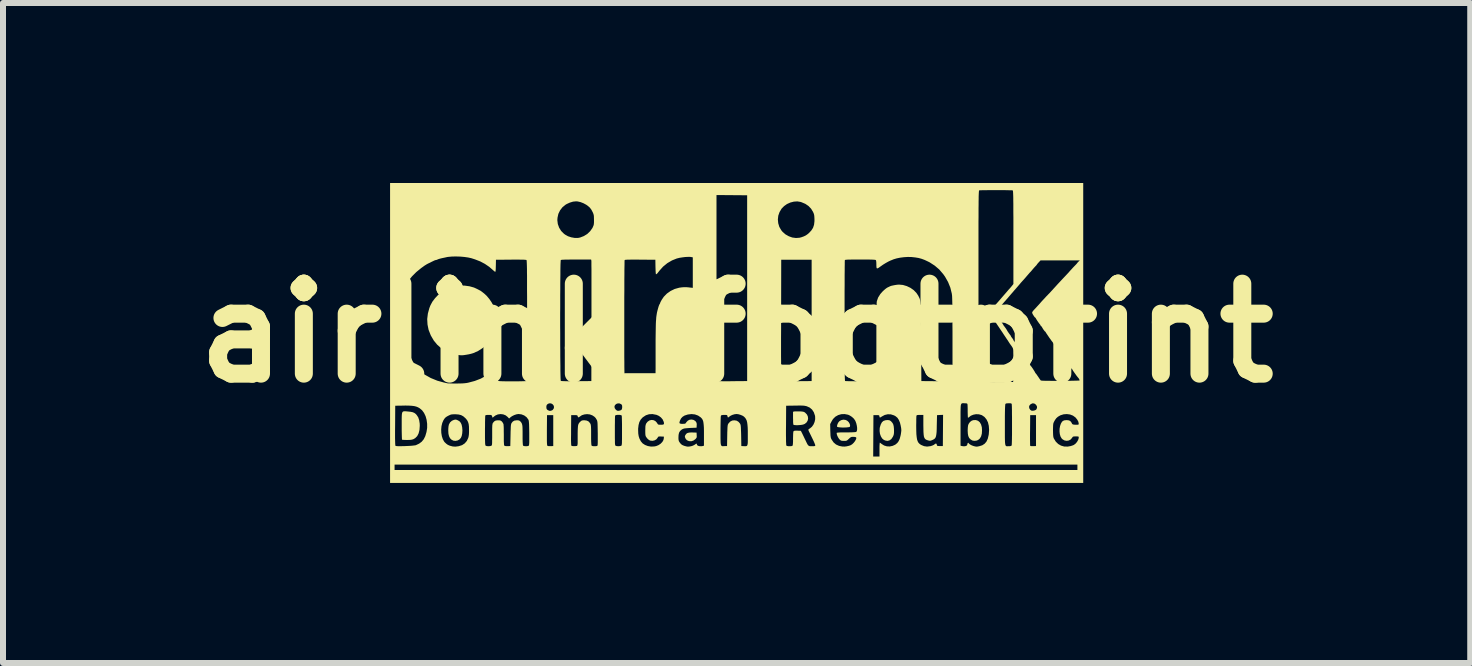
<source format=kicad_pcb>
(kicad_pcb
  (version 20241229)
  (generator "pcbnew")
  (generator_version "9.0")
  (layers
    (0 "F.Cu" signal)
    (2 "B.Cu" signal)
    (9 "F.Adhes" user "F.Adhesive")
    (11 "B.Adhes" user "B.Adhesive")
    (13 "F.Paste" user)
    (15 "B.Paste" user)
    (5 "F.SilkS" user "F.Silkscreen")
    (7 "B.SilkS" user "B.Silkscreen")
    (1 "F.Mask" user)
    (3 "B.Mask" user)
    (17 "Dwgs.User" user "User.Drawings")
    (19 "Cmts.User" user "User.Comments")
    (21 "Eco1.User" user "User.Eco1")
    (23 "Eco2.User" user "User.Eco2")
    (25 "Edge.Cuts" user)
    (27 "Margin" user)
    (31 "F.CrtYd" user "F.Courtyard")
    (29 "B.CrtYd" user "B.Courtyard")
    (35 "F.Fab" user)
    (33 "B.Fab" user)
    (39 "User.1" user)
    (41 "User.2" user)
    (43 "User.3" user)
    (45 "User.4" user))
  (footprint "airlink_footprint"
    (layer "F.Cu")
    (at 9.229 2.5)
    (property "Reference" "airlink_footprint" (at 0 0 0) (layer "F.SilkS") (effects (font (size 1.5 1.5) (thickness 0.3))))
    (attr board_only exclude_from_pos_files exclude_from_bom)
    (fp_poly (pts (xy -0.733 1.659) (xy -0.668 1.661) (xy -0.666 1.703) (xy -0.665 1.728) (xy -0.668 1.745) (xy -0.677 1.758) (xy -0.689 1.771) (xy -0.721 1.794) (xy -0.757 1.805) (xy -0.792 1.803) (xy -0.799 1.801) (xy -0.827 1.789) (xy -0.846 1.77) (xy -0.855 1.754) (xy -0.862 1.735) (xy -0.863 1.721) (xy -0.857 1.706) (xy -0.855 1.703) (xy -0.841 1.682) (xy -0.821 1.668) (xy -0.793 1.661) (xy -0.754 1.658)) (stroke (width 0) (type solid)) (fill yes) (layer "F.SilkS"))
    (fp_poly (pts (xy 1.816 1.45) (xy 1.816 1.45) (xy 1.843 1.463) (xy 1.866 1.484) (xy 1.882 1.51) (xy 1.891 1.536) (xy 1.889 1.559) (xy 1.887 1.563) (xy 1.877 1.569) (xy 1.855 1.572) (xy 1.826 1.575) (xy 1.792 1.576) (xy 1.757 1.576) (xy 1.725 1.574) (xy 1.698 1.571) (xy 1.68 1.567) (xy 1.674 1.563) (xy 1.674 1.545) (xy 1.681 1.52) (xy 1.693 1.495) (xy 1.709 1.475) (xy 1.709 1.474) (xy 1.741 1.454) (xy 1.778 1.445)) (stroke (width 0) (type solid)) (fill yes) (layer "F.SilkS"))
    (fp_poly (pts (xy 1.033 1.307) (xy 1.048 1.307) (xy 1.082 1.309) (xy 1.106 1.312) (xy 1.123 1.317) (xy 1.137 1.325) (xy 1.144 1.331) (xy 1.172 1.36) (xy 1.187 1.393) (xy 1.191 1.429) (xy 1.183 1.463) (xy 1.164 1.493) (xy 1.135 1.516) (xy 1.11 1.526) (xy 1.087 1.531) (xy 1.055 1.535) (xy 1.021 1.537) (xy 0.989 1.537) (xy 0.963 1.535) (xy 0.95 1.533) (xy 0.946 1.527) (xy 0.943 1.511) (xy 0.941 1.484) (xy 0.941 1.444) (xy 0.94 1.421) (xy 0.94 1.314) (xy 0.959 1.309) (xy 0.975 1.307) (xy 1.001 1.307)) (stroke (width 0) (type solid)) (fill yes) (layer "F.SilkS"))
    (fp_poly (pts (xy 4.024 1.464) (xy 4.053 1.489) (xy 4.074 1.525) (xy 4.087 1.572) (xy 4.09 1.622) (xy 4.087 1.678) (xy 4.075 1.723) (xy 4.055 1.758) (xy 4.026 1.783) (xy 4.023 1.785) (xy 3.996 1.795) (xy 3.964 1.798) (xy 3.934 1.794) (xy 3.921 1.788) (xy 3.893 1.77) (xy 3.874 1.747) (xy 3.861 1.718) (xy 3.854 1.681) (xy 3.851 1.632) (xy 3.851 1.625) (xy 3.853 1.579) (xy 3.857 1.544) (xy 3.866 1.517) (xy 3.881 1.495) (xy 3.898 1.477) (xy 3.919 1.462) (xy 3.943 1.454) (xy 3.945 1.453) (xy 3.988 1.452)) (stroke (width 0) (type solid)) (fill yes) (layer "F.SilkS"))
    (fp_poly (pts (xy -4.672 1.446) (xy -4.65 1.455) (xy -4.647 1.456) (xy -4.619 1.473) (xy -4.599 1.497) (xy -4.584 1.53) (xy -4.575 1.574) (xy -4.571 1.623) (xy -4.574 1.672) (xy -4.583 1.717) (xy -4.597 1.749) (xy -4.62 1.775) (xy -4.651 1.792) (xy -4.687 1.799) (xy -4.722 1.795) (xy -4.753 1.779) (xy -4.753 1.779) (xy -4.778 1.754) (xy -4.794 1.721) (xy -4.804 1.68) (xy -4.807 1.627) (xy -4.807 1.625) (xy -4.806 1.59) (xy -4.803 1.558) (xy -4.798 1.534) (xy -4.797 1.528) (xy -4.777 1.491) (xy -4.747 1.464) (xy -4.713 1.449) (xy -4.69 1.444)) (stroke (width 0) (type solid)) (fill yes) (layer "F.SilkS"))
    (fp_poly (pts (xy 2.536 1.453) (xy 2.553 1.458) (xy 2.568 1.468) (xy 2.575 1.474) (xy 2.596 1.498) (xy 2.61 1.523) (xy 2.618 1.555) (xy 2.622 1.596) (xy 2.623 1.62) (xy 2.623 1.655) (xy 2.621 1.68) (xy 2.617 1.7) (xy 2.609 1.72) (xy 2.603 1.732) (xy 2.579 1.768) (xy 2.549 1.79) (xy 2.515 1.799) (xy 2.478 1.793) (xy 2.453 1.782) (xy 2.425 1.758) (xy 2.404 1.723) (xy 2.389 1.681) (xy 2.383 1.634) (xy 2.385 1.586) (xy 2.388 1.57) (xy 2.403 1.523) (xy 2.422 1.488) (xy 2.447 1.466) (xy 2.48 1.455) (xy 2.509 1.452)) (stroke (width 0) (type solid)) (fill yes) (layer "F.SilkS"))
    (fp_poly (pts (xy -5.503 1.307) (xy -5.482 1.309) (xy -5.435 1.314) (xy -5.4 1.321) (xy -5.372 1.333) (xy -5.349 1.35) (xy -5.334 1.367) (xy -5.308 1.406) (xy -5.292 1.454) (xy -5.283 1.511) (xy -5.282 1.549) (xy -5.287 1.617) (xy -5.301 1.673) (xy -5.324 1.718) (xy -5.357 1.752) (xy -5.385 1.769) (xy -5.405 1.776) (xy -5.428 1.781) (xy -5.457 1.783) (xy -5.496 1.784) (xy -5.528 1.783) (xy -5.555 1.782) (xy -5.573 1.78) (xy -5.578 1.779) (xy -5.579 1.77) (xy -5.58 1.749) (xy -5.581 1.716) (xy -5.582 1.674) (xy -5.583 1.625) (xy -5.583 1.57) (xy -5.583 1.548) (xy -5.583 1.481) (xy -5.583 1.427) (xy -5.582 1.385) (xy -5.58 1.354) (xy -5.576 1.332) (xy -5.569 1.317) (xy -5.559 1.309) (xy -5.545 1.306) (xy -5.527 1.305)) (stroke (width 0) (type solid)) (fill yes) (layer "F.SilkS"))
    (fp_poly (pts (xy -4.533 -0.789) (xy -4.453 -0.778) (xy -4.378 -0.757) (xy -4.312 -0.726) (xy -4.294 -0.716) (xy -4.282 -0.71) (xy -4.28 -0.709) (xy -4.27 -0.704) (xy -4.253 -0.692) (xy -4.231 -0.675) (xy -4.207 -0.656) (xy -4.185 -0.636) (xy -4.167 -0.619) (xy -4.166 -0.618) (xy -4.125 -0.569) (xy -4.088 -0.516) (xy -4.058 -0.461) (xy -4.035 -0.409) (xy -4.029 -0.388) (xy -4.01 -0.289) (xy -4.005 -0.194) (xy -4.014 -0.103) (xy -4.039 -0.015) (xy -4.077 0.069) (xy -4.116 0.131) (xy -4.171 0.196) (xy -4.236 0.253) (xy -4.309 0.3) (xy -4.387 0.335) (xy -4.396 0.338) (xy -4.427 0.347) (xy -4.465 0.356) (xy -4.505 0.363) (xy -4.543 0.369) (xy -4.575 0.372) (xy -4.587 0.372) (xy -4.61 0.371) (xy -4.64 0.367) (xy -4.669 0.362) (xy -4.764 0.337) (xy -4.85 0.301) (xy -4.925 0.254) (xy -4.991 0.196) (xy -5.048 0.127) (xy -5.096 0.045) (xy -5.101 0.034) (xy -5.135 -0.052) (xy -5.153 -0.141) (xy -5.158 -0.232) (xy -5.147 -0.323) (xy -5.122 -0.415) (xy -5.103 -0.463) (xy -5.071 -0.522) (xy -5.026 -0.581) (xy -4.973 -0.637) (xy -4.913 -0.686) (xy -4.85 -0.726) (xy -4.847 -0.728) (xy -4.775 -0.759) (xy -4.697 -0.779) (xy -4.615 -0.789)) (stroke (width 0) (type solid)) (fill yes) (layer "F.SilkS"))
    (fp_poly (pts (xy 5.777 0) (xy 5.777 2.5) (xy 0 2.5) (xy -5.777 2.5) (xy -5.777 2.194) (xy -5.702 2.194) (xy -5.702 2.239) (xy -5.702 2.284) (xy -0.011 2.284) (xy 5.68 2.284) (xy 5.68 2.239) (xy 5.68 2.194) (xy -0.011 2.194) (xy -5.702 2.194) (xy -5.777 2.194) (xy -5.777 2.06) (xy 2.276 2.06) (xy 2.329 2.06) (xy 2.381 2.06) (xy 2.381 1.944) (xy 2.381 1.905) (xy 2.382 1.871) (xy 2.384 1.846) (xy 2.385 1.831) (xy 2.387 1.829) (xy 2.395 1.833) (xy 2.41 1.845) (xy 2.418 1.851) (xy 2.458 1.876) (xy 2.504 1.89) (xy 2.552 1.892) (xy 2.6 1.882) (xy 2.644 1.862) (xy 2.678 1.834) (xy 2.7 1.804) (xy 2.718 1.765) (xy 2.731 1.716) (xy 2.737 1.688) (xy 2.742 1.653) (xy 2.745 1.627) (xy 2.744 1.604) (xy 2.741 1.578) (xy 2.736 1.555) (xy 2.993 1.555) (xy 2.994 1.628) (xy 2.996 1.688) (xy 3.001 1.736) (xy 3.007 1.775) (xy 3.017 1.805) (xy 3.03 1.829) (xy 3.047 1.847) (xy 3.069 1.863) (xy 3.076 1.867) (xy 3.124 1.887) (xy 3.174 1.894) (xy 3.229 1.887) (xy 3.238 1.885) (xy 3.264 1.876) (xy 3.286 1.866) (xy 3.294 1.86) (xy 3.314 1.845) (xy 3.327 1.844) (xy 3.335 1.856) (xy 3.336 1.862) (xy 3.339 1.874) (xy 3.344 1.881) (xy 3.356 1.884) (xy 3.378 1.885) (xy 3.389 1.885) (xy 3.437 1.885) (xy 3.439 1.625) (xy 3.441 1.367) (xy 3.732 1.367) (xy 3.732 1.434) (xy 3.732 1.514) (xy 3.732 1.53) (xy 3.732 1.879) (xy 3.749 1.884) (xy 3.78 1.889) (xy 3.808 1.888) (xy 3.83 1.881) (xy 3.842 1.87) (xy 3.844 1.863) (xy 3.848 1.845) (xy 3.852 1.836) (xy 3.859 1.829) (xy 3.865 1.835) (xy 3.867 1.838) (xy 3.882 1.853) (xy 3.908 1.869) (xy 3.942 1.883) (xy 3.952 1.886) (xy 3.977 1.892) (xy 3.997 1.895) (xy 4.019 1.893) (xy 4.047 1.887) (xy 4.095 1.872) (xy 4.134 1.846) (xy 4.164 1.811) (xy 4.186 1.763) (xy 4.2 1.704) (xy 4.203 1.688) (xy 4.203 1.686) (xy 4.471 1.686) (xy 4.471 1.742) (xy 4.472 1.786) (xy 4.473 1.821) (xy 4.476 1.847) (xy 4.479 1.865) (xy 4.484 1.877) (xy 4.49 1.884) (xy 4.499 1.888) (xy 4.509 1.889) (xy 4.522 1.888) (xy 4.535 1.888) (xy 4.558 1.887) (xy 4.576 1.882) (xy 4.581 1.879) (xy 4.584 1.873) (xy 4.586 1.859) (xy 4.587 1.835) (xy 4.588 1.801) (xy 4.589 1.756) (xy 4.589 1.735) (xy 4.89 1.735) (xy 4.89 1.784) (xy 4.891 1.825) (xy 4.891 1.855) (xy 4.892 1.874) (xy 4.892 1.879) (xy 4.9 1.885) (xy 4.92 1.887) (xy 4.943 1.887) (xy 4.99 1.885) (xy 4.99 1.627) (xy 4.99 1.62) (xy 5.273 1.62) (xy 5.274 1.664) (xy 5.275 1.696) (xy 5.277 1.72) (xy 5.28 1.738) (xy 5.285 1.754) (xy 5.289 1.762) (xy 5.32 1.812) (xy 5.36 1.851) (xy 5.407 1.878) (xy 5.46 1.893) (xy 5.518 1.894) (xy 5.565 1.886) (xy 5.591 1.878) (xy 5.613 1.87) (xy 5.621 1.866) (xy 5.648 1.846) (xy 5.673 1.817) (xy 5.692 1.784) (xy 5.702 1.752) (xy 5.702 1.742) (xy 5.702 1.732) (xy 5.696 1.727) (xy 5.684 1.725) (xy 5.66 1.724) (xy 5.654 1.724) (xy 5.627 1.725) (xy 5.611 1.727) (xy 5.601 1.733) (xy 5.593 1.745) (xy 5.59 1.75) (xy 5.566 1.777) (xy 5.535 1.793) (xy 5.501 1.798) (xy 5.466 1.792) (xy 5.434 1.774) (xy 5.418 1.759) (xy 5.399 1.727) (xy 5.387 1.687) (xy 5.382 1.643) (xy 5.383 1.597) (xy 5.391 1.552) (xy 5.404 1.513) (xy 5.422 1.482) (xy 5.439 1.466) (xy 5.464 1.456) (xy 5.496 1.453) (xy 5.529 1.455) (xy 5.554 1.464) (xy 5.556 1.465) (xy 5.573 1.481) (xy 5.584 1.499) (xy 5.591 1.514) (xy 5.602 1.524) (xy 5.619 1.528) (xy 5.646 1.53) (xy 5.656 1.53) (xy 5.681 1.53) (xy 5.695 1.528) (xy 5.701 1.523) (xy 5.702 1.514) (xy 5.702 1.512) (xy 5.696 1.48) (xy 5.678 1.446) (xy 5.651 1.412) (xy 5.647 1.408) (xy 5.606 1.378) (xy 5.557 1.359) (xy 5.504 1.352) (xy 5.45 1.356) (xy 5.398 1.372) (xy 5.389 1.377) (xy 5.355 1.397) (xy 5.329 1.42) (xy 5.307 1.45) (xy 5.294 1.473) (xy 5.286 1.489) (xy 5.28 1.503) (xy 5.277 1.519) (xy 5.275 1.54) (xy 5.274 1.569) (xy 5.273 1.609) (xy 5.273 1.62) (xy 4.99 1.62) (xy 4.99 1.37) (xy 4.941 1.37) (xy 4.893 1.37) (xy 4.891 1.62) (xy 4.89 1.68) (xy 4.89 1.735) (xy 4.589 1.735) (xy 4.59 1.7) (xy 4.59 1.63) (xy 4.59 1.546) (xy 4.59 1.538) (xy 4.59 1.468) (xy 4.59 1.403) (xy 4.589 1.343) (xy 4.589 1.291) (xy 4.588 1.248) (xy 4.588 1.234) (xy 4.874 1.234) (xy 4.88 1.26) (xy 4.895 1.282) (xy 4.911 1.294) (xy 4.934 1.297) (xy 4.961 1.293) (xy 4.984 1.284) (xy 4.995 1.275) (xy 5.007 1.249) (xy 5.005 1.221) (xy 4.988 1.195) (xy 4.987 1.194) (xy 4.961 1.176) (xy 4.933 1.173) (xy 4.905 1.185) (xy 4.897 1.191) (xy 4.88 1.21) (xy 4.874 1.231) (xy 4.874 1.234) (xy 4.588 1.234) (xy 4.587 1.215) (xy 4.586 1.195) (xy 4.586 1.189) (xy 4.582 1.179) (xy 4.574 1.174) (xy 4.558 1.172) (xy 4.534 1.172) (xy 4.507 1.173) (xy 4.49 1.176) (xy 4.481 1.182) (xy 4.479 1.186) (xy 4.477 1.198) (xy 4.475 1.224) (xy 4.473 1.264) (xy 4.472 1.318) (xy 4.471 1.385) (xy 4.471 1.465) (xy 4.471 1.537) (xy 4.471 1.618) (xy 4.471 1.686) (xy 4.203 1.686) (xy 4.208 1.615) (xy 4.203 1.548) (xy 4.189 1.49) (xy 4.164 1.44) (xy 4.131 1.4) (xy 4.09 1.372) (xy 4.081 1.368) (xy 4.038 1.356) (xy 3.99 1.354) (xy 3.944 1.363) (xy 3.903 1.38) (xy 3.883 1.396) (xy 3.868 1.408) (xy 3.857 1.413) (xy 3.856 1.412) (xy 3.854 1.404) (xy 3.853 1.383) (xy 3.852 1.353) (xy 3.851 1.316) (xy 3.851 1.302) (xy 3.851 1.263) (xy 3.85 1.228) (xy 3.849 1.202) (xy 3.847 1.186) (xy 3.847 1.184) (xy 3.84 1.176) (xy 3.824 1.173) (xy 3.799 1.172) (xy 3.784 1.171) (xy 3.771 1.171) (xy 3.76 1.172) (xy 3.752 1.175) (xy 3.745 1.182) (xy 3.74 1.193) (xy 3.736 1.211) (xy 3.734 1.236) (xy 3.733 1.27) (xy 3.732 1.313) (xy 3.732 1.367) (xy 3.441 1.367) (xy 3.441 1.365) (xy 3.391 1.367) (xy 3.34 1.37) (xy 3.336 1.538) (xy 3.335 1.6) (xy 3.333 1.65) (xy 3.329 1.688) (xy 3.324 1.717) (xy 3.317 1.739) (xy 3.308 1.754) (xy 3.295 1.767) (xy 3.278 1.777) (xy 3.266 1.783) (xy 3.242 1.793) (xy 3.225 1.797) (xy 3.207 1.795) (xy 3.195 1.792) (xy 3.172 1.785) (xy 3.153 1.776) (xy 3.139 1.764) (xy 3.129 1.747) (xy 3.121 1.723) (xy 3.117 1.691) (xy 3.114 1.649) (xy 3.113 1.595) (xy 3.112 1.538) (xy 3.112 1.366) (xy 3.057 1.366) (xy 3.027 1.367) (xy 3.009 1.369) (xy 3 1.374) (xy 2.998 1.378) (xy 2.996 1.388) (xy 2.995 1.412) (xy 2.994 1.445) (xy 2.994 1.487) (xy 2.993 1.534) (xy 2.993 1.555) (xy 2.736 1.555) (xy 2.736 1.551) (xy 2.722 1.494) (xy 2.703 1.449) (xy 2.68 1.414) (xy 2.649 1.388) (xy 2.624 1.374) (xy 2.571 1.357) (xy 2.519 1.355) (xy 2.468 1.367) (xy 2.421 1.392) (xy 2.4 1.406) (xy 2.388 1.409) (xy 2.382 1.404) (xy 2.38 1.39) (xy 2.378 1.379) (xy 2.372 1.373) (xy 2.36 1.37) (xy 2.338 1.37) (xy 2.329 1.37) (xy 2.28 1.37) (xy 2.278 1.715) (xy 2.276 2.06) (xy -5.777 2.06) (xy -5.777 1.696) (xy -5.694 1.696) (xy -5.694 1.752) (xy -5.693 1.797) (xy -5.692 1.831) (xy -5.691 1.855) (xy -5.689 1.871) (xy -5.687 1.88) (xy -5.686 1.883) (xy -5.674 1.885) (xy -5.65 1.887) (xy -5.617 1.888) (xy -5.577 1.887) (xy -5.534 1.886) (xy -5.489 1.884) (xy -5.445 1.882) (xy -5.406 1.879) (xy -5.374 1.875) (xy -5.352 1.872) (xy -5.346 1.87) (xy -5.293 1.845) (xy -5.25 1.813) (xy -5.216 1.772) (xy -5.19 1.72) (xy -5.171 1.655) (xy -5.17 1.652) (xy -5.163 1.609) (xy -4.925 1.609) (xy -4.923 1.666) (xy -4.914 1.721) (xy -4.898 1.77) (xy -4.876 1.81) (xy -4.865 1.823) (xy -4.838 1.848) (xy -4.814 1.865) (xy -4.787 1.877) (xy -4.775 1.881) (xy -4.733 1.892) (xy -4.69 1.895) (xy -4.641 1.889) (xy -4.631 1.887) (xy -4.577 1.87) (xy -4.533 1.841) (xy -4.498 1.801) (xy -4.474 1.75) (xy -4.473 1.747) (xy -4.467 1.722) (xy -4.463 1.693) (xy -4.461 1.656) (xy -4.461 1.631) (xy -4.195 1.631) (xy -4.195 1.698) (xy -4.195 1.751) (xy -4.194 1.793) (xy -4.193 1.824) (xy -4.192 1.847) (xy -4.19 1.862) (xy -4.188 1.872) (xy -4.185 1.877) (xy -4.182 1.88) (xy -4.182 1.88) (xy -4.163 1.886) (xy -4.137 1.888) (xy -4.11 1.886) (xy -4.09 1.881) (xy -4.09 1.881) (xy -4.085 1.877) (xy -4.082 1.872) (xy -4.079 1.863) (xy -4.077 1.848) (xy -4.076 1.825) (xy -4.076 1.793) (xy -4.075 1.75) (xy -4.075 1.696) (xy -4.075 1.639) (xy -4.075 1.595) (xy -4.074 1.562) (xy -4.073 1.538) (xy -4.07 1.521) (xy -4.068 1.51) (xy -4.064 1.502) (xy -4.063 1.5) (xy -4.042 1.475) (xy -4.021 1.462) (xy -3.992 1.456) (xy -3.977 1.456) (xy -3.951 1.457) (xy -3.934 1.461) (xy -3.919 1.471) (xy -3.913 1.477) (xy -3.897 1.498) (xy -3.887 1.519) (xy -3.886 1.523) (xy -3.885 1.538) (xy -3.883 1.564) (xy -3.882 1.601) (xy -3.882 1.644) (xy -3.881 1.693) (xy -3.881 1.709) (xy -3.881 1.765) (xy -3.881 1.807) (xy -3.879 1.838) (xy -3.878 1.859) (xy -3.875 1.872) (xy -3.872 1.879) (xy -3.871 1.88) (xy -3.857 1.885) (xy -3.833 1.887) (xy -3.817 1.887) (xy -3.773 1.885) (xy -3.769 1.706) (xy -3.768 1.647) (xy -3.766 1.602) (xy -3.765 1.567) (xy -3.763 1.542) (xy -3.76 1.524) (xy -3.756 1.511) (xy -3.753 1.503) (xy -3.732 1.477) (xy -3.705 1.461) (xy -3.669 1.456) (xy -3.663 1.455) (xy -3.637 1.457) (xy -3.621 1.462) (xy -3.607 1.473) (xy -3.604 1.476) (xy -3.593 1.489) (xy -3.584 1.503) (xy -3.578 1.518) (xy -3.573 1.538) (xy -3.57 1.564) (xy -3.569 1.599) (xy -3.568 1.644) (xy -3.568 1.702) (xy -3.568 1.704) (xy -3.568 1.765) (xy -3.567 1.811) (xy -3.565 1.845) (xy -3.563 1.867) (xy -3.56 1.878) (xy -3.559 1.879) (xy -3.545 1.885) (xy -3.523 1.888) (xy -3.498 1.888) (xy -3.476 1.884) (xy -3.464 1.878) (xy -3.461 1.87) (xy -3.459 1.853) (xy -3.457 1.826) (xy -3.457 1.787) (xy -3.457 1.737) (xy -3.457 1.693) (xy -3.163 1.693) (xy -3.163 1.753) (xy -3.163 1.8) (xy -3.162 1.835) (xy -3.16 1.86) (xy -3.158 1.874) (xy -3.156 1.879) (xy -3.144 1.885) (xy -3.122 1.887) (xy -3.102 1.887) (xy -3.057 1.885) (xy -3.057 1.748) (xy -2.761 1.748) (xy -2.761 1.792) (xy -2.76 1.824) (xy -2.759 1.848) (xy -2.758 1.864) (xy -2.756 1.874) (xy -2.754 1.88) (xy -2.75 1.883) (xy -2.749 1.883) (xy -2.724 1.887) (xy -2.695 1.887) (xy -2.67 1.884) (xy -2.667 1.884) (xy -2.661 1.882) (xy -2.657 1.878) (xy -2.654 1.871) (xy -2.652 1.858) (xy -2.65 1.838) (xy -2.65 1.808) (xy -2.65 1.766) (xy -2.65 1.732) (xy -2.65 1.67) (xy -2.649 1.621) (xy -2.647 1.583) (xy -2.645 1.554) (xy -2.641 1.532) (xy -2.635 1.516) (xy -2.627 1.502) (xy -2.617 1.49) (xy -2.611 1.484) (xy -2.593 1.467) (xy -2.578 1.459) (xy -2.558 1.456) (xy -2.541 1.455) (xy -2.501 1.46) (xy -2.471 1.473) (xy -2.448 1.498) (xy -2.441 1.508) (xy -2.436 1.518) (xy -2.432 1.529) (xy -2.43 1.543) (xy -2.428 1.561) (xy -2.427 1.587) (xy -2.426 1.623) (xy -2.426 1.67) (xy -2.426 1.703) (xy -2.426 1.764) (xy -2.425 1.81) (xy -2.423 1.844) (xy -2.421 1.866) (xy -2.418 1.878) (xy -2.417 1.879) (xy -2.404 1.885) (xy -2.383 1.888) (xy -2.358 1.888) (xy -2.336 1.886) (xy -2.323 1.882) (xy -2.32 1.877) (xy -2.317 1.866) (xy -2.316 1.847) (xy -2.315 1.819) (xy -2.315 1.78) (xy -2.315 1.729) (xy -2.315 1.675) (xy -2.316 1.631) (xy -2.03 1.631) (xy -2.03 1.698) (xy -2.03 1.751) (xy -2.029 1.793) (xy -2.029 1.824) (xy -2.028 1.847) (xy -2.026 1.862) (xy -2.024 1.872) (xy -2.021 1.877) (xy -2.017 1.88) (xy -2.017 1.88) (xy -1.998 1.886) (xy -1.972 1.888) (xy -1.946 1.886) (xy -1.926 1.881) (xy -1.925 1.881) (xy -1.921 1.878) (xy -1.918 1.873) (xy -1.916 1.866) (xy -1.914 1.853) (xy -1.912 1.834) (xy -1.912 1.806) (xy -1.911 1.769) (xy -1.911 1.721) (xy -1.911 1.661) (xy -1.911 1.631) (xy -1.911 1.622) (xy -1.642 1.622) (xy -1.64 1.677) (xy -1.633 1.721) (xy -1.62 1.761) (xy -1.6 1.8) (xy -1.596 1.807) (xy -1.567 1.841) (xy -1.527 1.867) (xy -1.48 1.885) (xy -1.428 1.894) (xy -1.375 1.892) (xy -1.343 1.886) (xy -1.303 1.87) (xy -1.267 1.846) (xy -1.238 1.816) (xy -1.22 1.784) (xy -1.214 1.755) (xy -1.213 1.737) (xy -0.97 1.737) (xy -0.97 1.768) (xy -0.967 1.789) (xy -0.962 1.805) (xy -0.952 1.822) (xy -0.948 1.827) (xy -0.929 1.851) (xy -0.908 1.867) (xy -0.881 1.879) (xy -0.862 1.885) (xy -0.826 1.894) (xy -0.793 1.894) (xy -0.755 1.887) (xy -0.728 1.878) (xy -0.703 1.865) (xy -0.697 1.861) (xy -0.678 1.848) (xy -0.668 1.844) (xy -0.665 1.849) (xy -0.664 1.854) (xy -0.658 1.871) (xy -0.64 1.882) (xy -0.613 1.888) (xy -0.582 1.888) (xy -0.562 1.884) (xy -0.545 1.879) (xy -0.545 1.703) (xy -0.545 1.698) (xy -0.269 1.698) (xy -0.269 1.754) (xy -0.268 1.798) (xy -0.267 1.831) (xy -0.264 1.855) (xy -0.259 1.871) (xy -0.253 1.881) (xy -0.244 1.886) (xy -0.233 1.888) (xy -0.218 1.887) (xy -0.202 1.886) (xy -0.16 1.885) (xy -0.157 1.709) (xy -0.156 1.654) (xy -0.154 1.611) (xy -0.153 1.579) (xy -0.151 1.555) (xy -0.149 1.539) (xy -0.146 1.527) (xy -0.141 1.517) (xy -0.136 1.508) (xy -0.135 1.507) (xy -0.107 1.477) (xy -0.074 1.46) (xy -0.039 1.456) (xy -0.00008 1.462) (xy 0.031 1.481) (xy 0.055 1.509) (xy 0.06 1.518) (xy 0.064 1.528) (xy 0.067 1.541) (xy 0.069 1.559) (xy 0.071 1.585) (xy 0.072 1.62) (xy 0.074 1.666) (xy 0.075 1.709) (xy 0.078 1.885) (xy 0.117 1.887) (xy 0.139 1.888) (xy 0.155 1.888) (xy 0.167 1.884) (xy 0.176 1.876) (xy 0.181 1.861) (xy 0.185 1.838) (xy 0.186 1.805) (xy 0.186 1.761) (xy 0.186 1.703) (xy 0.186 1.699) (xy 0.822 1.699) (xy 0.823 1.759) (xy 0.823 1.805) (xy 0.825 1.839) (xy 0.826 1.863) (xy 0.828 1.875) (xy 0.829 1.878) (xy 0.842 1.884) (xy 0.864 1.888) (xy 0.889 1.888) (xy 0.913 1.886) (xy 0.929 1.881) (xy 0.932 1.879) (xy 0.935 1.869) (xy 0.938 1.846) (xy 0.94 1.809) (xy 0.94 1.759) (xy 0.94 1.757) (xy 0.941 1.711) (xy 0.942 1.678) (xy 0.944 1.655) (xy 0.947 1.642) (xy 0.951 1.635) (xy 0.965 1.63) (xy 0.991 1.628) (xy 1.016 1.629) (xy 1.07 1.631) (xy 1.091 1.672) (xy 1.103 1.697) (xy 1.119 1.73) (xy 1.136 1.766) (xy 1.147 1.788) (xy 1.165 1.826) (xy 1.179 1.854) (xy 1.191 1.871) (xy 1.204 1.882) (xy 1.218 1.887) (xy 1.238 1.888) (xy 1.255 1.888) (xy 1.284 1.888) (xy 1.302 1.885) (xy 1.31 1.879) (xy 1.311 1.877) (xy 1.309 1.866) (xy 1.301 1.844) (xy 1.288 1.813) (xy 1.27 1.775) (xy 1.255 1.744) (xy 1.236 1.705) (xy 1.219 1.67) (xy 1.205 1.642) (xy 1.197 1.622) (xy 1.194 1.614) (xy 1.2 1.606) (xy 1.215 1.594) (xy 1.223 1.59) (xy 1.254 1.564) (xy 1.28 1.528) (xy 1.284 1.519) (xy 1.559 1.519) (xy 1.561 1.631) (xy 1.563 1.675) (xy 1.564 1.707) (xy 1.567 1.73) (xy 1.57 1.747) (xy 1.575 1.761) (xy 1.583 1.776) (xy 1.584 1.778) (xy 1.616 1.825) (xy 1.656 1.859) (xy 1.704 1.881) (xy 1.72 1.885) (xy 1.762 1.893) (xy 1.799 1.894) (xy 1.839 1.889) (xy 1.845 1.887) (xy 1.872 1.881) (xy 1.895 1.873) (xy 1.904 1.869) (xy 1.927 1.854) (xy 1.95 1.832) (xy 1.97 1.807) (xy 1.985 1.782) (xy 1.994 1.76) (xy 1.993 1.744) (xy 1.992 1.741) (xy 1.979 1.735) (xy 1.957 1.732) (xy 1.944 1.732) (xy 1.921 1.732) (xy 1.905 1.737) (xy 1.89 1.747) (xy 1.87 1.765) (xy 1.851 1.783) (xy 1.837 1.793) (xy 1.821 1.798) (xy 1.797 1.799) (xy 1.788 1.799) (xy 1.761 1.798) (xy 1.743 1.795) (xy 1.73 1.788) (xy 1.714 1.774) (xy 1.714 1.773) (xy 1.699 1.754) (xy 1.685 1.729) (xy 1.674 1.704) (xy 1.668 1.681) (xy 1.668 1.665) (xy 1.669 1.664) (xy 1.677 1.662) (xy 1.698 1.66) (xy 1.729 1.658) (xy 1.769 1.657) (xy 1.814 1.657) (xy 1.826 1.657) (xy 1.879 1.657) (xy 1.924 1.656) (xy 1.959 1.654) (xy 1.983 1.652) (xy 1.993 1.649) (xy 2.003 1.636) (xy 2.008 1.612) (xy 2.008 1.58) (xy 2.003 1.544) (xy 1.994 1.506) (xy 1.98 1.469) (xy 1.974 1.458) (xy 1.954 1.429) (xy 1.923 1.4) (xy 1.888 1.377) (xy 1.858 1.363) (xy 1.8 1.352) (xy 1.744 1.354) (xy 1.692 1.369) (xy 1.645 1.396) (xy 1.606 1.435) (xy 1.584 1.471) (xy 1.559 1.519) (xy 1.284 1.519) (xy 1.299 1.484) (xy 1.309 1.438) (xy 1.308 1.392) (xy 1.305 1.376) (xy 1.286 1.321) (xy 1.257 1.277) (xy 1.218 1.244) (xy 1.169 1.222) (xy 1.166 1.221) (xy 1.148 1.217) (xy 1.129 1.213) (xy 1.104 1.211) (xy 1.072 1.21) (xy 1.031 1.21) (xy 0.977 1.211) (xy 0.974 1.211) (xy 0.825 1.213) (xy 0.823 1.54) (xy 0.822 1.627) (xy 0.822 1.699) (xy 0.186 1.699) (xy 0.186 1.632) (xy 0.184 1.574) (xy 0.18 1.527) (xy 0.175 1.49) (xy 0.167 1.46) (xy 0.156 1.436) (xy 0.142 1.415) (xy 0.124 1.397) (xy 0.124 1.396) (xy 0.1 1.38) (xy 0.067 1.366) (xy 0.031 1.355) (xy -0.001 1.351) (xy -0.001 1.351) (xy -0.035 1.355) (xy -0.072 1.366) (xy -0.103 1.381) (xy -0.12 1.393) (xy -0.136 1.406) (xy -0.145 1.409) (xy -0.15 1.399) (xy -0.153 1.388) (xy -0.156 1.376) (xy -0.162 1.369) (xy -0.175 1.367) (xy -0.197 1.366) (xy -0.204 1.366) (xy -0.231 1.367) (xy -0.251 1.371) (xy -0.26 1.375) (xy -0.262 1.382) (xy -0.265 1.398) (xy -0.266 1.424) (xy -0.267 1.461) (xy -0.268 1.51) (xy -0.269 1.572) (xy -0.269 1.628) (xy -0.269 1.698) (xy -0.545 1.698) (xy -0.545 1.634) (xy -0.546 1.578) (xy -0.549 1.534) (xy -0.553 1.499) (xy -0.558 1.471) (xy -0.566 1.45) (xy -0.576 1.432) (xy -0.589 1.417) (xy -0.599 1.407) (xy -0.643 1.377) (xy -0.695 1.358) (xy -0.752 1.352) (xy -0.812 1.359) (xy -0.823 1.362) (xy -0.869 1.377) (xy -0.902 1.398) (xy -0.927 1.425) (xy -0.945 1.461) (xy -0.953 1.487) (xy -0.953 1.503) (xy -0.941 1.511) (xy -0.918 1.515) (xy -0.902 1.515) (xy -0.876 1.514) (xy -0.86 1.512) (xy -0.85 1.505) (xy -0.84 1.491) (xy -0.837 1.486) (xy -0.813 1.461) (xy -0.783 1.446) (xy -0.75 1.443) (xy -0.717 1.45) (xy -0.689 1.468) (xy -0.68 1.479) (xy -0.669 1.497) (xy -0.665 1.519) (xy -0.666 1.54) (xy -0.668 1.579) (xy -0.765 1.583) (xy -0.812 1.586) (xy -0.846 1.589) (xy -0.871 1.592) (xy -0.891 1.598) (xy -0.906 1.605) (xy -0.919 1.613) (xy -0.944 1.636) (xy -0.96 1.663) (xy -0.968 1.699) (xy -0.97 1.737) (xy -1.213 1.737) (xy -1.213 1.728) (xy -1.259 1.726) (xy -1.285 1.725) (xy -1.3 1.727) (xy -1.309 1.732) (xy -1.316 1.744) (xy -1.317 1.747) (xy -1.339 1.774) (xy -1.37 1.791) (xy -1.404 1.798) (xy -1.44 1.794) (xy -1.456 1.787) (xy -1.474 1.774) (xy -1.493 1.755) (xy -1.5 1.745) (xy -1.51 1.732) (xy -1.516 1.719) (xy -1.52 1.705) (xy -1.522 1.685) (xy -1.523 1.657) (xy -1.523 1.626) (xy -1.522 1.585) (xy -1.521 1.556) (xy -1.517 1.535) (xy -1.512 1.519) (xy -1.509 1.511) (xy -1.485 1.48) (xy -1.455 1.459) (xy -1.422 1.45) (xy -1.388 1.453) (xy -1.357 1.467) (xy -1.332 1.493) (xy -1.326 1.501) (xy -1.317 1.517) (xy -1.308 1.526) (xy -1.294 1.529) (xy -1.272 1.53) (xy -1.263 1.53) (xy -1.234 1.529) (xy -1.217 1.524) (xy -1.211 1.512) (xy -1.213 1.491) (xy -1.217 1.478) (xy -1.233 1.442) (xy -1.261 1.409) (xy -1.297 1.382) (xy -1.338 1.364) (xy -1.34 1.364) (xy -1.403 1.352) (xy -1.461 1.355) (xy -1.513 1.372) (xy -1.56 1.403) (xy -1.569 1.41) (xy -1.6 1.445) (xy -1.622 1.486) (xy -1.635 1.535) (xy -1.642 1.594) (xy -1.642 1.622) (xy -1.911 1.622) (xy -1.911 1.572) (xy -1.911 1.518) (xy -1.912 1.469) (xy -1.913 1.43) (xy -1.914 1.4) (xy -1.915 1.382) (xy -1.915 1.378) (xy -1.925 1.371) (xy -1.945 1.366) (xy -1.969 1.365) (xy -1.994 1.366) (xy -2.014 1.37) (xy -2.025 1.377) (xy -2.026 1.378) (xy -2.027 1.388) (xy -2.028 1.411) (xy -2.029 1.445) (xy -2.029 1.489) (xy -2.03 1.54) (xy -2.03 1.597) (xy -2.03 1.631) (xy -2.316 1.631) (xy -2.316 1.615) (xy -2.317 1.567) (xy -2.318 1.531) (xy -2.319 1.504) (xy -2.321 1.484) (xy -2.324 1.469) (xy -2.327 1.458) (xy -2.332 1.448) (xy -2.334 1.444) (xy -2.35 1.418) (xy -2.369 1.398) (xy -2.395 1.38) (xy -2.407 1.373) (xy -2.447 1.358) (xy -2.493 1.353) (xy -2.538 1.358) (xy -2.58 1.371) (xy -2.614 1.394) (xy -2.631 1.406) (xy -2.643 1.405) (xy -2.65 1.389) (xy -2.651 1.385) (xy -2.654 1.377) (xy -2.662 1.372) (xy -2.678 1.37) (xy -2.705 1.37) (xy -2.706 1.37) (xy -2.758 1.37) (xy -2.76 1.625) (xy -2.76 1.693) (xy -2.761 1.748) (xy -3.057 1.748) (xy -3.057 1.627) (xy -3.057 1.37) (xy -3.109 1.37) (xy -3.161 1.37) (xy -3.163 1.619) (xy -3.163 1.693) (xy -3.457 1.693) (xy -3.457 1.672) (xy -3.457 1.667) (xy -3.458 1.606) (xy -3.459 1.558) (xy -3.46 1.522) (xy -3.462 1.494) (xy -3.464 1.474) (xy -3.466 1.46) (xy -3.47 1.449) (xy -3.474 1.441) (xy -3.502 1.404) (xy -3.541 1.375) (xy -3.587 1.357) (xy -3.636 1.351) (xy -3.67 1.356) (xy -3.708 1.369) (xy -3.744 1.387) (xy -3.768 1.404) (xy -3.793 1.426) (xy -3.817 1.4) (xy -3.851 1.373) (xy -3.892 1.357) (xy -3.936 1.352) (xy -3.981 1.358) (xy -4.022 1.376) (xy -4.047 1.395) (xy -4.068 1.413) (xy -4.076 1.39) (xy -4.081 1.377) (xy -4.088 1.37) (xy -4.099 1.367) (xy -4.121 1.366) (xy -4.135 1.366) (xy -4.164 1.367) (xy -4.181 1.37) (xy -4.189 1.375) (xy -4.19 1.378) (xy -4.191 1.388) (xy -4.192 1.411) (xy -4.193 1.445) (xy -4.194 1.489) (xy -4.194 1.54) (xy -4.195 1.597) (xy -4.195 1.631) (xy -4.461 1.631) (xy -4.461 1.612) (xy -4.462 1.56) (xy -4.467 1.518) (xy -4.477 1.485) (xy -4.491 1.457) (xy -4.512 1.43) (xy -4.524 1.418) (xy -4.557 1.389) (xy -4.594 1.369) (xy -4.636 1.359) (xy -4.688 1.355) (xy -4.691 1.355) (xy -4.726 1.356) (xy -4.751 1.358) (xy -4.771 1.363) (xy -4.792 1.373) (xy -4.799 1.376) (xy -4.831 1.393) (xy -4.853 1.409) (xy -4.87 1.428) (xy -4.886 1.453) (xy -4.887 1.454) (xy -4.907 1.5) (xy -4.92 1.553) (xy -4.925 1.609) (xy -5.163 1.609) (xy -5.159 1.582) (xy -5.159 1.514) (xy -5.168 1.448) (xy -5.185 1.387) (xy -5.211 1.333) (xy -5.244 1.288) (xy -5.284 1.255) (xy -5.312 1.239) (xy -5.322 1.235) (xy -3.172 1.235) (xy -3.17 1.259) (xy -3.162 1.274) (xy -3.153 1.283) (xy -3.125 1.297) (xy -3.096 1.297) (xy -3.07 1.286) (xy -3.064 1.28) (xy -3.048 1.257) (xy -3.044 1.232) (xy -3.046 1.228) (xy -2.037 1.228) (xy -2.032 1.254) (xy -2.015 1.278) (xy -1.998 1.292) (xy -1.983 1.298) (xy -1.962 1.297) (xy -1.939 1.291) (xy -1.922 1.283) (xy -1.92 1.281) (xy -1.912 1.266) (xy -1.908 1.242) (xy -1.908 1.235) (xy -1.909 1.212) (xy -1.915 1.197) (xy -1.926 1.187) (xy -1.954 1.174) (xy -1.985 1.175) (xy -2.008 1.184) (xy -2.029 1.204) (xy -2.037 1.228) (xy -3.046 1.228) (xy -3.051 1.209) (xy -3.066 1.19) (xy -3.087 1.177) (xy -3.112 1.172) (xy -3.138 1.178) (xy -3.153 1.187) (xy -3.166 1.201) (xy -3.171 1.219) (xy -3.172 1.235) (xy -5.322 1.235) (xy -5.342 1.227) (xy -5.375 1.219) (xy -5.415 1.214) (xy -5.464 1.211) (xy -5.524 1.21) (xy -5.553 1.211) (xy -5.691 1.213) (xy -5.693 1.545) (xy -5.694 1.627) (xy -5.694 1.696) (xy -5.777 1.696) (xy -5.777 0) (xy -5.777 -0.212) (xy -5.687 -0.212) (xy -5.685 -0.16) (xy -5.679 -0.101) (xy -5.671 -0.037) (xy -5.66 0.025) (xy -5.648 0.082) (xy -5.635 0.129) (xy -5.632 0.138) (xy -5.584 0.254) (xy -5.525 0.363) (xy -5.456 0.463) (xy -5.39 0.539) (xy -5.301 0.621) (xy -5.204 0.692) (xy -5.099 0.751) (xy -4.989 0.796) (xy -4.873 0.828) (xy -4.87 0.828) (xy -4.845 0.834) (xy -4.826 0.838) (xy -4.818 0.84) (xy -4.808 0.841) (xy -4.787 0.841) (xy -4.755 0.842) (xy -4.716 0.843) (xy -4.676 0.843) (xy -4.618 0.842) (xy -4.572 0.841) (xy -4.534 0.838) (xy -4.501 0.834) (xy -4.475 0.829) (xy -4.365 0.8) (xy -4.264 0.761) (xy -4.173 0.71) (xy -4.09 0.647) (xy -4.047 0.608) (xy -4.026 0.588) (xy -4.01 0.573) (xy -4 0.566) (xy -3.998 0.566) (xy -3.996 0.575) (xy -3.995 0.596) (xy -3.993 0.626) (xy -3.99 0.663) (xy -3.99 0.679) (xy -3.987 0.718) (xy -3.984 0.753) (xy -3.981 0.779) (xy -3.978 0.794) (xy -3.977 0.797) (xy -3.971 0.8) (xy -3.957 0.802) (xy -3.934 0.804) (xy -3.901 0.805) (xy -3.857 0.806) (xy -3.8 0.806) (xy -3.743 0.806) (xy -3.686 0.806) (xy -3.633 0.806) (xy -3.587 0.805) (xy -3.549 0.804) (xy -3.522 0.803) (xy -3.507 0.802) (xy -3.505 0.802) (xy -3.503 0.8) (xy -3.502 0.796) (xy -3.5 0.789) (xy -3.499 0.778) (xy -3.498 0.762) (xy -3.497 0.741) (xy -3.496 0.714) (xy -3.496 0.68) (xy -3.495 0.638) (xy -3.495 0.588) (xy -3.494 0.53) (xy -3.494 0.461) (xy -3.494 0.382) (xy -3.493 0.292) (xy -3.493 0.189) (xy -3.493 0.074) (xy -3.493 -0.054) (xy -3.493 -0.196) (xy -3.493 -0.205) (xy -3.493 -0.218) (xy -2.942 -0.218) (xy -2.942 -0.111) (xy -2.941 -0.006) (xy -2.941 0.098) (xy -2.941 0.198) (xy -2.94 0.294) (xy -2.94 0.385) (xy -2.939 0.469) (xy -2.938 0.547) (xy -2.938 0.616) (xy -2.937 0.675) (xy -2.936 0.724) (xy -2.935 0.761) (xy -2.933 0.786) (xy -2.932 0.797) (xy -2.932 0.797) (xy -2.925 0.8) (xy -2.911 0.802) (xy -2.887 0.803) (xy -2.853 0.804) (xy -2.808 0.805) (xy -2.75 0.805) (xy -2.678 0.804) (xy -2.672 0.804) (xy -2.422 0.802) (xy -2.42 -0.194) (xy -2.42 -0.209) (xy -1.873 -0.209) (xy -1.873 -0.059) (xy -1.873 0.076) (xy -1.873 0.198) (xy -1.873 0.306) (xy -1.873 0.402) (xy -1.872 0.486) (xy -1.872 0.558) (xy -1.871 0.62) (xy -1.87 0.671) (xy -1.87 0.713) (xy -1.869 0.746) (xy -1.868 0.77) (xy -1.867 0.786) (xy -1.865 0.795) (xy -1.865 0.797) (xy -1.857 0.8) (xy -1.841 0.802) (xy -1.815 0.804) (xy -1.778 0.805) (xy -1.729 0.806) (xy -1.666 0.806) (xy -1.615 0.806) (xy -1.556 0.806) (xy -1.502 0.806) (xy -1.454 0.805) (xy -1.414 0.804) (xy -1.384 0.803) (xy -1.367 0.802) (xy -1.363 0.802) (xy -1.36 0.8) (xy -1.358 0.795) (xy -1.357 0.786) (xy -1.355 0.772) (xy -1.354 0.752) (xy -1.353 0.725) (xy -1.352 0.69) (xy -1.352 0.646) (xy -1.351 0.592) (xy -1.351 0.526) (xy -1.351 0.448) (xy -1.351 0.356) (xy -1.351 0.315) (xy -1.351 0.207) (xy -1.351 0.113) (xy -1.35 0.032) (xy -1.349 -0.038) (xy -1.348 -0.098) (xy -1.347 -0.15) (xy -1.345 -0.193) (xy -1.342 -0.23) (xy -1.34 -0.262) (xy -1.336 -0.29) (xy -1.332 -0.316) (xy -1.328 -0.34) (xy -1.32 -0.373) (xy -1.311 -0.406) (xy -1.302 -0.438) (xy -1.293 -0.463) (xy -1.286 -0.478) (xy -1.283 -0.482) (xy -1.277 -0.492) (xy -1.276 -0.497) (xy -1.272 -0.509) (xy -1.262 -0.529) (xy -1.248 -0.554) (xy -1.231 -0.579) (xy -1.216 -0.601) (xy -1.213 -0.605) (xy -1.162 -0.657) (xy -1.101 -0.7) (xy -1.033 -0.733) (xy -0.962 -0.753) (xy -0.959 -0.754) (xy -0.916 -0.76) (xy -0.878 -0.763) (xy -0.839 -0.763) (xy -0.793 -0.759) (xy -0.789 -0.758) (xy -0.731 -0.752) (xy -0.731 -1.006) (xy -0.731 -1.26) (xy -0.748 -1.264) (xy -0.775 -1.268) (xy -0.813 -1.268) (xy -0.857 -1.266) (xy -0.904 -1.26) (xy -0.95 -1.253) (xy -0.99 -1.243) (xy -0.996 -1.242) (xy -1.078 -1.209) (xy -1.155 -1.164) (xy -1.226 -1.106) (xy -1.287 -1.038) (xy -1.29 -1.034) (xy -1.311 -1.007) (xy -1.326 -0.989) (xy -1.337 -0.981) (xy -1.345 -0.978) (xy -1.345 -0.978) (xy -1.347 -0.985) (xy -1.349 -1.004) (xy -1.351 -1.034) (xy -1.352 -1.071) (xy -1.353 -1.099) (xy -1.355 -1.22) (xy -1.608 -1.222) (xy -1.68 -1.223) (xy -1.737 -1.223) (xy -1.783 -1.222) (xy -1.817 -1.222) (xy -1.842 -1.22) (xy -1.857 -1.219) (xy -1.865 -1.216) (xy -1.867 -1.215) (xy -1.868 -1.206) (xy -1.869 -1.184) (xy -1.869 -1.148) (xy -1.87 -1.1) (xy -1.871 -1.041) (xy -1.871 -0.971) (xy -1.872 -0.891) (xy -1.872 -0.803) (xy -1.872 -0.706) (xy -1.873 -0.603) (xy -1.873 -0.493) (xy -1.873 -0.378) (xy -1.873 -0.259) (xy -1.873 -0.209) (xy -2.42 -0.209) (xy -2.42 -0.315) (xy -2.42 -0.432) (xy -2.42 -0.544) (xy -2.42 -0.651) (xy -2.42 -0.751) (xy -2.42 -0.843) (xy -2.42 -0.927) (xy -2.42 -1.002) (xy -2.42 -1.066) (xy -2.421 -1.12) (xy -2.421 -1.161) (xy -2.421 -1.19) (xy -2.422 -1.205) (xy -2.422 -1.207) (xy -2.426 -1.224) (xy -2.674 -1.224) (xy -2.748 -1.224) (xy -2.807 -1.223) (xy -2.854 -1.223) (xy -2.889 -1.221) (xy -2.912 -1.22) (xy -2.927 -1.217) (xy -2.932 -1.215) (xy -2.933 -1.206) (xy -2.934 -1.184) (xy -2.936 -1.149) (xy -2.937 -1.101) (xy -2.938 -1.044) (xy -2.938 -0.976) (xy -2.939 -0.9) (xy -2.94 -0.817) (xy -2.94 -0.727) (xy -2.941 -0.631) (xy -2.941 -0.532) (xy -2.941 -0.429) (xy -2.942 -0.324) (xy -2.942 -0.218) (xy -3.493 -0.218) (xy -3.493 -0.351) (xy -3.493 -0.482) (xy -3.493 -0.6) (xy -3.494 -0.705) (xy -3.494 -0.797) (xy -3.494 -0.879) (xy -3.494 -0.949) (xy -3.495 -1.01) (xy -3.495 -1.061) (xy -3.496 -1.103) (xy -3.497 -1.138) (xy -3.498 -1.165) (xy -3.499 -1.186) (xy -3.5 -1.2) (xy -3.501 -1.21) (xy -3.503 -1.215) (xy -3.503 -1.216) (xy -3.512 -1.218) (xy -3.531 -1.22) (xy -3.561 -1.222) (xy -3.603 -1.222) (xy -3.659 -1.223) (xy -3.728 -1.223) (xy -3.763 -1.222) (xy -4.012 -1.22) (xy -4.014 -1.127) (xy -4.015 -1.09) (xy -4.016 -1.059) (xy -4.018 -1.035) (xy -4.02 -1.023) (xy -4.02 -1.023) (xy -4.025 -1.02) (xy -4.037 -1.026) (xy -4.055 -1.042) (xy -4.124 -1.102) (xy -4.196 -1.151) (xy -4.273 -1.192) (xy -4.36 -1.226) (xy -4.422 -1.246) (xy -4.476 -1.258) (xy -4.539 -1.267) (xy -4.607 -1.273) (xy -4.676 -1.275) (xy -4.742 -1.274) (xy -4.799 -1.269) (xy -4.823 -1.266) (xy -4.872 -1.255) (xy -4.915 -1.246) (xy -4.951 -1.237) (xy -4.976 -1.229) (xy -4.989 -1.223) (xy -4.989 -1.223) (xy -5.003 -1.217) (xy -5.009 -1.217) (xy -5.025 -1.213) (xy -5.043 -1.206) (xy -5.061 -1.197) (xy -5.086 -1.185) (xy -5.111 -1.172) (xy -5.141 -1.158) (xy -5.164 -1.146) (xy -5.183 -1.134) (xy -5.204 -1.121) (xy -5.23 -1.102) (xy -5.258 -1.082) (xy -5.34 -1.015) (xy -5.412 -0.943) (xy -5.471 -0.869) (xy -5.493 -0.839) (xy -5.509 -0.816) (xy -5.522 -0.797) (xy -5.534 -0.777) (xy -5.547 -0.752) (xy -5.564 -0.719) (xy -5.569 -0.711) (xy -5.591 -0.665) (xy -5.611 -0.619) (xy -5.629 -0.567) (xy -5.648 -0.507) (xy -5.658 -0.47) (xy -5.666 -0.436) (xy -5.673 -0.391) (xy -5.679 -0.341) (xy -5.684 -0.289) (xy -5.687 -0.241) (xy -5.687 -0.212) (xy -5.777 -0.212) (xy -5.777 -1.881) (xy -2.989 -1.881) (xy -2.981 -1.816) (xy -2.959 -1.755) (xy -2.925 -1.7) (xy -2.879 -1.654) (xy -2.859 -1.639) (xy -2.811 -1.612) (xy -2.756 -1.594) (xy -2.699 -1.584) (xy -2.644 -1.584) (xy -2.609 -1.591) (xy -2.547 -1.615) (xy -2.49 -1.65) (xy -2.442 -1.696) (xy -2.405 -1.748) (xy -2.399 -1.76) (xy -2.39 -1.781) (xy -2.383 -1.799) (xy -2.38 -1.819) (xy -2.378 -1.845) (xy -2.378 -1.882) (xy -2.378 -1.885) (xy -2.379 -1.923) (xy -2.38 -1.951) (xy -2.384 -1.972) (xy -2.39 -1.991) (xy -2.398 -2.01) (xy -2.421 -2.054) (xy -2.447 -2.089) (xy -2.48 -2.118) (xy -2.507 -2.137) (xy -2.553 -2.162) (xy -2.602 -2.181) (xy -2.65 -2.192) (xy -2.677 -2.194) (xy -2.727 -2.189) (xy -2.78 -2.173) (xy -2.831 -2.15) (xy -2.853 -2.137) (xy -2.904 -2.095) (xy -2.944 -2.043) (xy -2.972 -1.985) (xy -2.986 -1.921) (xy -2.989 -1.881) (xy -5.777 -1.881) (xy -5.777 -2.299) (xy -0.336 -2.299) (xy -0.336 -0.751) (xy -0.336 -0.601) (xy -0.336 -0.454) (xy -0.336 -0.311) (xy -0.336 -0.174) (xy -0.335 -0.043) (xy -0.335 0.081) (xy -0.335 0.197) (xy -0.335 0.306) (xy -0.334 0.406) (xy -0.334 0.496) (xy -0.333 0.576) (xy -0.333 0.645) (xy -0.333 0.702) (xy -0.332 0.747) (xy -0.332 0.779) (xy -0.331 0.797) (xy -0.331 0.801) (xy -0.322 0.802) (xy -0.301 0.803) (xy -0.268 0.804) (xy -0.225 0.805) (xy -0.175 0.805) (xy -0.118 0.805) (xy -0.075 0.804) (xy 0.175 0.802) (xy 0.175 0.189) (xy 0.74 0.189) (xy 0.74 0.297) (xy 0.74 0.391) (xy 0.741 0.475) (xy 0.741 0.547) (xy 0.741 0.608) (xy 0.742 0.66) (xy 0.742 0.702) (xy 0.743 0.736) (xy 0.744 0.762) (xy 0.745 0.781) (xy 0.746 0.793) (xy 0.748 0.799) (xy 0.748 0.8) (xy 0.758 0.801) (xy 0.78 0.803) (xy 0.814 0.803) (xy 0.857 0.804) (xy 0.908 0.804) (xy 0.965 0.804) (xy 1.004 0.804) (xy 1.25 0.802) (xy 1.25 -0.202) (xy 1.799 -0.202) (xy 1.799 -0.054) (xy 1.799 0.08) (xy 1.799 0.199) (xy 1.799 0.306) (xy 1.8 0.4) (xy 1.8 0.483) (xy 1.8 0.554) (xy 1.801 0.615) (xy 1.802 0.666) (xy 1.802 0.708) (xy 1.803 0.741) (xy 1.804 0.766) (xy 1.805 0.784) (xy 1.806 0.796) (xy 1.808 0.801) (xy 1.808 0.801) (xy 1.818 0.802) (xy 1.84 0.803) (xy 1.874 0.804) (xy 1.917 0.804) (xy 1.968 0.805) (xy 2.025 0.805) (xy 2.064 0.806) (xy 2.137 0.806) (xy 2.196 0.805) (xy 2.242 0.804) (xy 2.277 0.803) (xy 2.3 0.802) (xy 2.315 0.799) (xy 2.32 0.797) (xy 2.321 0.792) (xy 2.323 0.779) (xy 2.324 0.759) (xy 2.325 0.73) (xy 2.326 0.691) (xy 2.327 0.642) (xy 2.328 0.582) (xy 2.328 0.51) (xy 2.329 0.426) (xy 2.329 0.329) (xy 2.329 0.218) (xy 2.329 0.146) (xy 2.329 0.024) (xy 2.329 -0.087) (xy 2.33 -0.187) (xy 2.33 -0.275) (xy 2.331 -0.351) (xy 2.332 -0.414) (xy 2.333 -0.464) (xy 2.334 -0.501) (xy 2.336 -0.523) (xy 2.337 -0.529) (xy 2.358 -0.59) (xy 2.395 -0.649) (xy 2.434 -0.693) (xy 2.46 -0.717) (xy 2.485 -0.738) (xy 2.506 -0.753) (xy 2.513 -0.757) (xy 2.534 -0.767) (xy 2.551 -0.775) (xy 2.554 -0.777) (xy 2.575 -0.785) (xy 2.606 -0.792) (xy 2.642 -0.799) (xy 2.677 -0.804) (xy 2.706 -0.806) (xy 2.707 -0.806) (xy 2.772 -0.8) (xy 2.836 -0.781) (xy 2.897 -0.752) (xy 2.951 -0.714) (xy 2.996 -0.668) (xy 3.028 -0.62) (xy 3.035 -0.605) (xy 3.041 -0.593) (xy 3.047 -0.581) (xy 3.052 -0.568) (xy 3.056 -0.553) (xy 3.059 -0.536) (xy 3.062 -0.516) (xy 3.065 -0.491) (xy 3.067 -0.46) (xy 3.068 -0.423) (xy 3.07 -0.378) (xy 3.071 -0.325) (xy 3.072 -0.262) (xy 3.072 -0.188) (xy 3.073 -0.103) (xy 3.074 -0.005) (xy 3.074 0.106) (xy 3.075 0.146) (xy 3.079 0.802) (xy 3.321 0.804) (xy 3.381 0.805) (xy 3.436 0.805) (xy 3.485 0.805) (xy 3.526 0.804) (xy 3.557 0.804) (xy 3.576 0.803) (xy 3.581 0.802) (xy 3.598 0.798) (xy 3.598 0.102) (xy 3.598 -0.02) (xy 3.597 -0.128) (xy 3.597 -0.222) (xy 3.597 -0.305) (xy 3.597 -0.377) (xy 3.596 -0.438) (xy 3.595 -0.489) (xy 3.594 -0.532) (xy 3.593 -0.567) (xy 3.592 -0.596) (xy 3.591 -0.619) (xy 3.589 -0.636) (xy 3.587 -0.65) (xy 3.587 -0.653) (xy 3.562 -0.755) (xy 3.552 -0.78) (xy 4.031 -0.78) (xy 4.031 -0.627) (xy 4.031 -0.478) (xy 4.031 -0.334) (xy 4.031 -0.195) (xy 4.031 -0.061) (xy 4.031 0.065) (xy 4.032 0.184) (xy 4.032 0.295) (xy 4.032 0.397) (xy 4.033 0.49) (xy 4.033 0.572) (xy 4.033 0.644) (xy 4.034 0.704) (xy 4.034 0.752) (xy 4.035 0.787) (xy 4.035 0.809) (xy 4.036 0.816) (xy 4.044 0.817) (xy 4.066 0.818) (xy 4.099 0.819) (xy 4.142 0.819) (xy 4.194 0.82) (xy 4.252 0.82) (xy 4.315 0.819) (xy 4.325 0.819) (xy 4.609 0.817) (xy 4.611 0.542) (xy 4.611 0.471) (xy 4.612 0.413) (xy 4.612 0.367) (xy 4.611 0.331) (xy 4.611 0.304) (xy 4.61 0.283) (xy 4.608 0.269) (xy 4.605 0.258) (xy 4.602 0.25) (xy 4.598 0.243) (xy 4.596 0.24) (xy 4.585 0.222) (xy 4.577 0.211) (xy 4.576 0.209) (xy 4.57 0.201) (xy 4.558 0.185) (xy 4.544 0.164) (xy 4.53 0.142) (xy 4.52 0.126) (xy 4.514 0.117) (xy 4.5 0.097) (xy 4.481 0.068) (xy 4.456 0.031) (xy 4.428 -0.012) (xy 4.396 -0.059) (xy 4.376 -0.089) (xy 4.24 -0.291) (xy 4.24 -0.334) (xy 4.24 -0.345) (xy 4.337 -0.345) (xy 4.339 -0.317) (xy 4.345 -0.291) (xy 4.353 -0.271) (xy 4.355 -0.269) (xy 4.364 -0.257) (xy 4.366 -0.251) (xy 4.371 -0.241) (xy 4.374 -0.237) (xy 4.388 -0.219) (xy 4.404 -0.197) (xy 4.42 -0.173) (xy 4.435 -0.151) (xy 4.445 -0.135) (xy 4.449 -0.127) (xy 4.454 -0.119) (xy 4.454 -0.118) (xy 4.461 -0.111) (xy 4.472 -0.096) (xy 4.486 -0.077) (xy 4.499 -0.057) (xy 4.508 -0.042) (xy 4.508 -0.041) (xy 4.516 -0.027) (xy 4.529 -0.008) (xy 4.543 0.012) (xy 4.555 0.028) (xy 4.562 0.036) (xy 4.562 0.036) (xy 4.568 0.045) (xy 4.568 0.046) (xy 4.572 0.056) (xy 4.583 0.073) (xy 4.59 0.082) (xy 4.604 0.1) (xy 4.612 0.114) (xy 4.613 0.118) (xy 4.617 0.127) (xy 4.618 0.128) (xy 4.625 0.135) (xy 4.637 0.152) (xy 4.653 0.175) (xy 4.661 0.187) (xy 4.678 0.212) (xy 4.692 0.232) (xy 4.701 0.244) (xy 4.703 0.246) (xy 4.709 0.255) (xy 4.719 0.271) (xy 4.722 0.276) (xy 4.733 0.294) (xy 4.743 0.307) (xy 4.745 0.308) (xy 4.754 0.318) (xy 4.755 0.322) (xy 4.759 0.331) (xy 4.77 0.348) (xy 4.784 0.369) (xy 4.799 0.39) (xy 4.81 0.406) (xy 4.814 0.414) (xy 4.818 0.421) (xy 4.828 0.437) (xy 4.84 0.456) (xy 4.853 0.475) (xy 4.863 0.488) (xy 4.867 0.493) (xy 4.873 0.501) (xy 4.883 0.517) (xy 4.886 0.522) (xy 4.896 0.54) (xy 4.904 0.552) (xy 4.906 0.553) (xy 4.913 0.561) (xy 4.925 0.578) (xy 4.94 0.6) (xy 4.955 0.624) (xy 4.968 0.645) (xy 4.976 0.66) (xy 4.978 0.665) (xy 4.984 0.673) (xy 4.984 0.673) (xy 4.991 0.68) (xy 5.003 0.696) (xy 5.019 0.72) (xy 5.027 0.731) (xy 5.044 0.757) (xy 5.059 0.778) (xy 5.069 0.791) (xy 5.072 0.793) (xy 5.081 0.794) (xy 5.103 0.796) (xy 5.136 0.797) (xy 5.178 0.798) (xy 5.228 0.798) (xy 5.282 0.799) (xy 5.34 0.799) (xy 5.4 0.799) (xy 5.46 0.798) (xy 5.518 0.798) (xy 5.572 0.797) (xy 5.62 0.796) (xy 5.66 0.795) (xy 5.691 0.794) (xy 5.711 0.793) (xy 5.717 0.791) (xy 5.713 0.778) (xy 5.704 0.76) (xy 5.692 0.745) (xy 5.69 0.743) (xy 5.681 0.732) (xy 5.666 0.713) (xy 5.649 0.689) (xy 5.631 0.664) (xy 5.615 0.641) (xy 5.603 0.623) (xy 5.598 0.613) (xy 5.598 0.612) (xy 5.593 0.605) (xy 5.592 0.605) (xy 5.585 0.599) (xy 5.573 0.584) (xy 5.565 0.571) (xy 5.55 0.548) (xy 5.537 0.53) (xy 5.531 0.523) (xy 5.518 0.505) (xy 5.508 0.492) (xy 5.5 0.48) (xy 5.484 0.458) (xy 5.465 0.431) (xy 5.447 0.406) (xy 5.427 0.378) (xy 5.411 0.353) (xy 5.4 0.336) (xy 5.396 0.328) (xy 5.391 0.321) (xy 5.39 0.321) (xy 5.382 0.315) (xy 5.371 0.3) (xy 5.366 0.293) (xy 5.354 0.275) (xy 5.346 0.263) (xy 5.344 0.261) (xy 5.337 0.254) (xy 5.325 0.237) (xy 5.309 0.214) (xy 5.303 0.206) (xy 5.286 0.181) (xy 5.272 0.161) (xy 5.263 0.148) (xy 5.261 0.146) (xy 5.249 0.131) (xy 5.233 0.108) (xy 5.213 0.081) (xy 5.194 0.053) (xy 5.176 0.026) (xy 5.161 0.004) (xy 5.152 -0.011) (xy 5.15 -0.015) (xy 5.145 -0.022) (xy 5.144 -0.022) (xy 5.136 -0.028) (xy 5.124 -0.043) (xy 5.11 -0.062) (xy 5.098 -0.082) (xy 5.089 -0.098) (xy 5.089 -0.099) (xy 5.081 -0.11) (xy 5.076 -0.112) (xy 5.068 -0.118) (xy 5.068 -0.12) (xy 5.064 -0.132) (xy 5.06 -0.137) (xy 5.047 -0.153) (xy 5.031 -0.175) (xy 5.015 -0.198) (xy 5 -0.221) (xy 4.99 -0.238) (xy 4.986 -0.246) (xy 4.981 -0.254) (xy 4.98 -0.254) (xy 4.971 -0.26) (xy 4.959 -0.275) (xy 4.946 -0.295) (xy 4.934 -0.315) (xy 4.927 -0.332) (xy 4.926 -0.337) (xy 4.927 -0.346) (xy 4.932 -0.355) (xy 4.942 -0.369) (xy 4.959 -0.388) (xy 4.979 -0.409) (xy 4.991 -0.422) (xy 5.01 -0.443) (xy 5.035 -0.47) (xy 5.062 -0.5) (xy 5.068 -0.508) (xy 5.099 -0.542) (xy 5.132 -0.577) (xy 5.162 -0.61) (xy 5.187 -0.635) (xy 5.187 -0.636) (xy 5.216 -0.665) (xy 5.246 -0.698) (xy 5.273 -0.727) (xy 5.277 -0.732) (xy 5.31 -0.768) (xy 5.348 -0.81) (xy 5.39 -0.855) (xy 5.429 -0.897) (xy 5.463 -0.933) (xy 5.464 -0.934) (xy 5.483 -0.954) (xy 5.509 -0.982) (xy 5.537 -1.012) (xy 5.553 -1.031) (xy 5.58 -1.06) (xy 5.608 -1.091) (xy 5.633 -1.117) (xy 5.645 -1.129) (xy 5.662 -1.147) (xy 5.675 -1.162) (xy 5.68 -1.169) (xy 5.68 -1.169) (xy 5.685 -1.176) (xy 5.697 -1.188) (xy 5.7 -1.191) (xy 5.72 -1.209) (xy 5.392 -1.209) (xy 5.065 -1.209) (xy 5.033 -1.175) (xy 5.016 -1.156) (xy 5.005 -1.141) (xy 5.001 -1.135) (xy 4.995 -1.126) (xy 4.994 -1.126) (xy 4.987 -1.119) (xy 4.973 -1.104) (xy 4.954 -1.083) (xy 4.94 -1.067) (xy 4.92 -1.043) (xy 4.903 -1.023) (xy 4.891 -1.011) (xy 4.888 -1.008) (xy 4.882 -1.001) (xy 4.868 -0.985) (xy 4.849 -0.963) (xy 4.836 -0.948) (xy 4.813 -0.921) (xy 4.792 -0.897) (xy 4.775 -0.878) (xy 4.77 -0.873) (xy 4.754 -0.855) (xy 4.734 -0.833) (xy 4.724 -0.82) (xy 4.704 -0.797) (xy 4.687 -0.777) (xy 4.667 -0.754) (xy 4.643 -0.726) (xy 4.631 -0.713) (xy 4.604 -0.681) (xy 4.581 -0.655) (xy 4.557 -0.627) (xy 4.539 -0.606) (xy 4.519 -0.582) (xy 4.498 -0.559) (xy 4.49 -0.549) (xy 4.472 -0.529) (xy 4.451 -0.505) (xy 4.437 -0.489) (xy 4.414 -0.462) (xy 4.388 -0.433) (xy 4.376 -0.419) (xy 4.358 -0.398) (xy 4.344 -0.378) (xy 4.339 -0.367) (xy 4.337 -0.345) (xy 4.24 -0.345) (xy 4.243 -0.37) (xy 4.254 -0.398) (xy 4.273 -0.423) (xy 4.295 -0.447) (xy 4.323 -0.479) (xy 4.356 -0.516) (xy 4.378 -0.541) (xy 4.407 -0.575) (xy 4.439 -0.612) (xy 4.473 -0.651) (xy 4.505 -0.688) (xy 4.533 -0.721) (xy 4.555 -0.745) (xy 4.556 -0.746) (xy 4.575 -0.768) (xy 4.592 -0.789) (xy 4.596 -0.794) (xy 4.613 -0.816) (xy 4.613 -1.594) (xy 4.613 -1.719) (xy 4.613 -1.831) (xy 4.613 -1.929) (xy 4.612 -2.015) (xy 4.612 -2.089) (xy 4.612 -2.152) (xy 4.611 -2.205) (xy 4.611 -2.25) (xy 4.61 -2.286) (xy 4.609 -2.314) (xy 4.608 -2.336) (xy 4.607 -2.353) (xy 4.606 -2.364) (xy 4.604 -2.371) (xy 4.603 -2.375) (xy 4.601 -2.376) (xy 4.591 -2.378) (xy 4.567 -2.379) (xy 4.533 -2.379) (xy 4.491 -2.38) (xy 4.442 -2.381) (xy 4.388 -2.381) (xy 4.332 -2.381) (xy 4.275 -2.381) (xy 4.22 -2.381) (xy 4.169 -2.38) (xy 4.124 -2.38) (xy 4.087 -2.379) (xy 4.059 -2.378) (xy 4.044 -2.377) (xy 4.042 -2.376) (xy 4.041 -2.375) (xy 4.04 -2.371) (xy 4.039 -2.365) (xy 4.038 -2.355) (xy 4.037 -2.341) (xy 4.036 -2.323) (xy 4.035 -2.299) (xy 4.034 -2.27) (xy 4.034 -2.234) (xy 4.033 -2.192) (xy 4.033 -2.142) (xy 4.032 -2.084) (xy 4.032 -2.017) (xy 4.032 -1.941) (xy 4.031 -1.855) (xy 4.031 -1.759) (xy 4.031 -1.653) (xy 4.031 -1.534) (xy 4.031 -1.403) (xy 4.031 -1.26) (xy 4.031 -1.103) (xy 4.031 -0.933) (xy 4.031 -0.78) (xy 3.552 -0.78) (xy 3.524 -0.849) (xy 3.473 -0.939) (xy 3.443 -0.981) (xy 3.377 -1.058) (xy 3.302 -1.122) (xy 3.217 -1.177) (xy 3.191 -1.19) (xy 3.134 -1.217) (xy 3.083 -1.236) (xy 3.032 -1.25) (xy 2.977 -1.259) (xy 2.912 -1.266) (xy 2.91 -1.266) (xy 2.853 -1.267) (xy 2.79 -1.263) (xy 2.726 -1.255) (xy 2.667 -1.243) (xy 2.617 -1.228) (xy 2.609 -1.225) (xy 2.593 -1.218) (xy 2.57 -1.209) (xy 2.56 -1.205) (xy 2.525 -1.188) (xy 2.484 -1.165) (xy 2.44 -1.138) (xy 2.399 -1.109) (xy 2.392 -1.104) (xy 2.365 -1.085) (xy 2.347 -1.076) (xy 2.336 -1.078) (xy 2.331 -1.092) (xy 2.329 -1.12) (xy 2.329 -1.14) (xy 2.328 -1.177) (xy 2.325 -1.202) (xy 2.32 -1.215) (xy 2.32 -1.215) (xy 2.313 -1.218) (xy 2.297 -1.22) (xy 2.271 -1.222) (xy 2.235 -1.223) (xy 2.186 -1.224) (xy 2.124 -1.224) (xy 2.059 -1.224) (xy 1.991 -1.224) (xy 1.936 -1.224) (xy 1.893 -1.223) (xy 1.86 -1.223) (xy 1.836 -1.221) (xy 1.82 -1.22) (xy 1.81 -1.218) (xy 1.805 -1.215) (xy 1.803 -1.212) (xy 1.803 -1.204) (xy 1.802 -1.181) (xy 1.802 -1.145) (xy 1.801 -1.096) (xy 1.801 -1.037) (xy 1.8 -0.966) (xy 1.8 -0.887) (xy 1.8 -0.798) (xy 1.799 -0.701) (xy 1.799 -0.598) (xy 1.799 -0.488) (xy 1.799 -0.373) (xy 1.799 -0.253) (xy 1.799 -0.202) (xy 1.25 -0.202) (xy 1.25 -0.209) (xy 1.25 -1.22) (xy 0.996 -1.22) (xy 0.743 -1.22) (xy 0.741 -0.213) (xy 0.741 -0.065) (xy 0.74 0.069) (xy 0.74 0.189) (xy 0.175 0.189) (xy 0.175 -0.746) (xy 0.175 -1.892) (xy 0.687 -1.892) (xy 0.693 -1.829) (xy 0.711 -1.769) (xy 0.743 -1.713) (xy 0.767 -1.684) (xy 0.814 -1.643) (xy 0.869 -1.612) (xy 0.927 -1.591) (xy 0.988 -1.583) (xy 1.047 -1.587) (xy 1.079 -1.595) (xy 1.12 -1.61) (xy 1.153 -1.626) (xy 1.183 -1.647) (xy 1.203 -1.664) (xy 1.244 -1.707) (xy 1.273 -1.752) (xy 1.29 -1.803) (xy 1.297 -1.862) (xy 1.297 -1.901) (xy 1.295 -1.939) (xy 1.292 -1.967) (xy 1.285 -1.991) (xy 1.275 -2.014) (xy 1.275 -2.015) (xy 1.241 -2.071) (xy 1.198 -2.116) (xy 1.145 -2.152) (xy 1.081 -2.179) (xy 1.066 -2.184) (xy 1.011 -2.193) (xy 0.953 -2.189) (xy 0.895 -2.174) (xy 0.839 -2.149) (xy 0.79 -2.114) (xy 0.749 -2.072) (xy 0.715 -2.015) (xy 0.694 -1.955) (xy 0.687 -1.892) (xy 0.175 -1.892) (xy 0.175 -2.295) (xy -0.08 -2.297) (xy -0.336 -2.299) (xy -5.777 -2.299) (xy -5.777 -2.5) (xy 0 -2.5) (xy 5.777 -2.5)) (stroke (width 0) (type solid)) (fill yes) (layer "F.SilkS")))
  (gr_rect
    (start -3 -3)
    (end 21.457 8.001)
    (stroke (width 0.1) (type default))
    (fill no)
    (layer "Edge.Cuts")))
</source>
